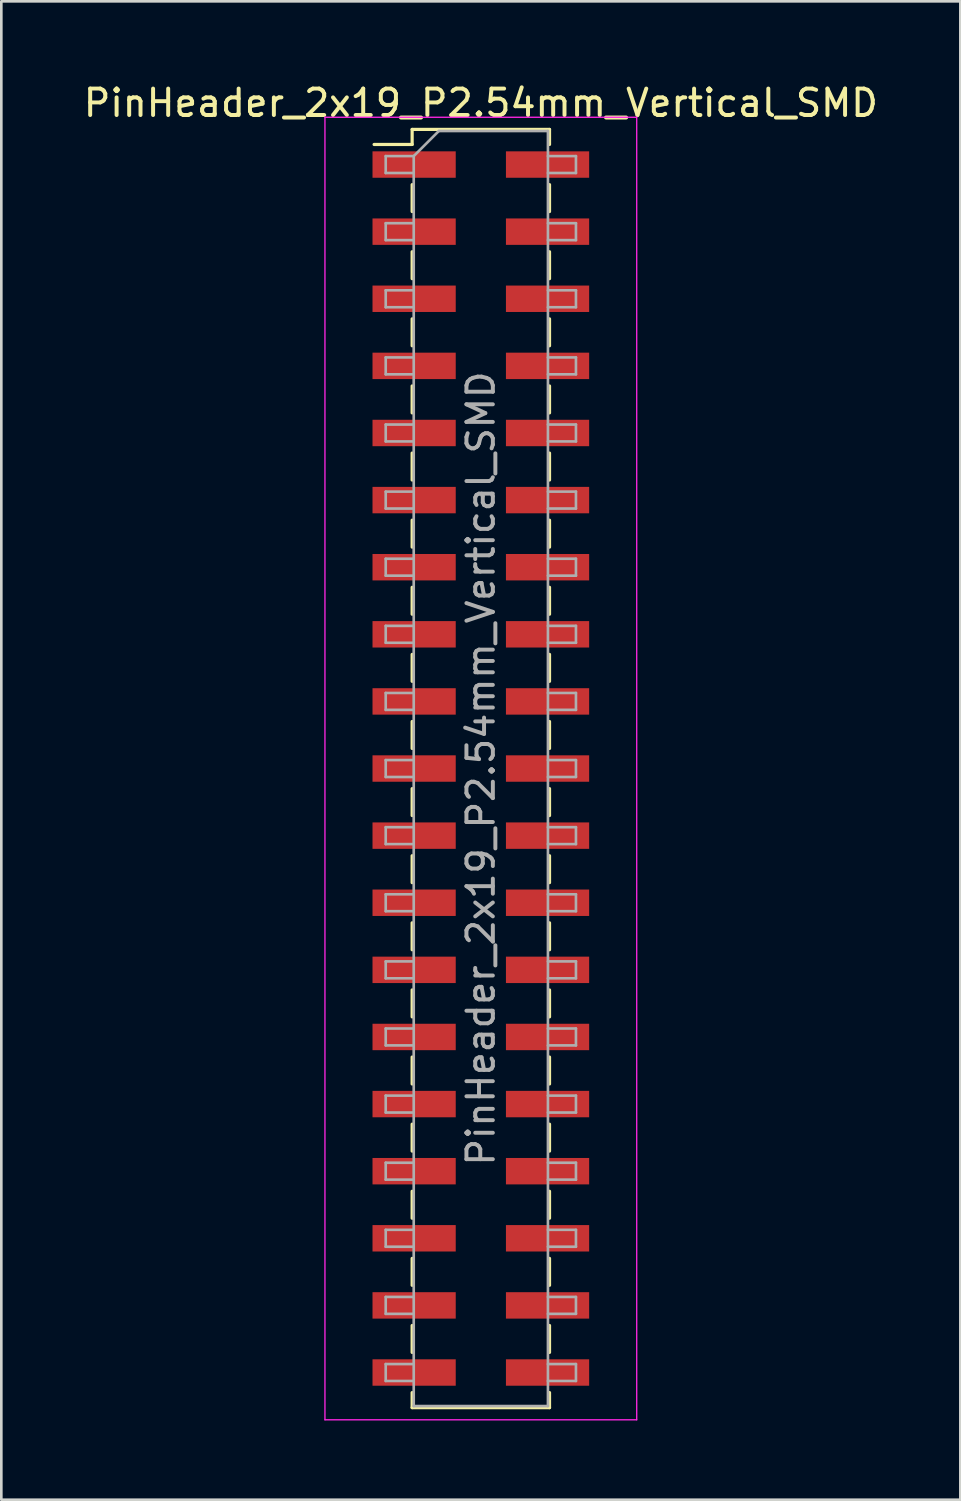
<source format=kicad_pcb>
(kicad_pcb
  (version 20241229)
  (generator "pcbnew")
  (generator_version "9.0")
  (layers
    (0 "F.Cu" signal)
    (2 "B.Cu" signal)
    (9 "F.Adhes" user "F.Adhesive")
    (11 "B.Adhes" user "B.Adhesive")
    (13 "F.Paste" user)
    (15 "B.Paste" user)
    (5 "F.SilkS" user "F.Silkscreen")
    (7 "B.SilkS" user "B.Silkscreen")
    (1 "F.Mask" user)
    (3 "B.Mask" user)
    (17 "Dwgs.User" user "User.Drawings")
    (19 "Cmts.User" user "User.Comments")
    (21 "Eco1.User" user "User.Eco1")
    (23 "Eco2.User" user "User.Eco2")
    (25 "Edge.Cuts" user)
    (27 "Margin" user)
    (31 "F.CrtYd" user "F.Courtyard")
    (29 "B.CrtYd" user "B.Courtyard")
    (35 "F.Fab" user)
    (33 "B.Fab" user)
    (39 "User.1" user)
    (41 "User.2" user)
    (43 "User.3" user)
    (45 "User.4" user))
  (footprint "PinHeader_2x19_P2.54mm_Vertical_SMD"
    (layer "F.Cu")
    (at 15.149 26.038)
    (property "Reference" "PinHeader_2x19_P2.54mm_Vertical_SMD" (at 0 -25.19 0) (layer "F.SilkS") (effects (font (size 1 1) (thickness 0.15))))
    (attr smd)
    (fp_line (start -4.04 -23.62) (end -2.6 -23.62) (stroke (width 0.12) (type solid)) (layer "F.SilkS"))
    (fp_line (start -2.6 -24.19) (end -2.6 -23.62) (stroke (width 0.12) (type solid)) (layer "F.SilkS"))
    (fp_line (start -2.6 -24.19) (end 2.6 -24.19) (stroke (width 0.12) (type solid)) (layer "F.SilkS"))
    (fp_line (start -2.6 -22.1) (end -2.6 -21.08) (stroke (width 0.12) (type solid)) (layer "F.SilkS"))
    (fp_line (start -2.6 -19.56) (end -2.6 -18.54) (stroke (width 0.12) (type solid)) (layer "F.SilkS"))
    (fp_line (start -2.6 -17.02) (end -2.6 -16) (stroke (width 0.12) (type solid)) (layer "F.SilkS"))
    (fp_line (start -2.6 -14.48) (end -2.6 -13.46) (stroke (width 0.12) (type solid)) (layer "F.SilkS"))
    (fp_line (start -2.6 -11.94) (end -2.6 -10.92) (stroke (width 0.12) (type solid)) (layer "F.SilkS"))
    (fp_line (start -2.6 -9.4) (end -2.6 -8.38) (stroke (width 0.12) (type solid)) (layer "F.SilkS"))
    (fp_line (start -2.6 -6.86) (end -2.6 -5.84) (stroke (width 0.12) (type solid)) (layer "F.SilkS"))
    (fp_line (start -2.6 -4.32) (end -2.6 -3.3) (stroke (width 0.12) (type solid)) (layer "F.SilkS"))
    (fp_line (start -2.6 -1.78) (end -2.6 -0.76) (stroke (width 0.12) (type solid)) (layer "F.SilkS"))
    (fp_line (start -2.6 0.76) (end -2.6 1.78) (stroke (width 0.12) (type solid)) (layer "F.SilkS"))
    (fp_line (start -2.6 3.3) (end -2.6 4.32) (stroke (width 0.12) (type solid)) (layer "F.SilkS"))
    (fp_line (start -2.6 5.84) (end -2.6 6.86) (stroke (width 0.12) (type solid)) (layer "F.SilkS"))
    (fp_line (start -2.6 8.38) (end -2.6 9.4) (stroke (width 0.12) (type solid)) (layer "F.SilkS"))
    (fp_line (start -2.6 10.92) (end -2.6 11.94) (stroke (width 0.12) (type solid)) (layer "F.SilkS"))
    (fp_line (start -2.6 13.46) (end -2.6 14.48) (stroke (width 0.12) (type solid)) (layer "F.SilkS"))
    (fp_line (start -2.6 16) (end -2.6 17.02) (stroke (width 0.12) (type solid)) (layer "F.SilkS"))
    (fp_line (start -2.6 18.54) (end -2.6 19.56) (stroke (width 0.12) (type solid)) (layer "F.SilkS"))
    (fp_line (start -2.6 21.08) (end -2.6 22.1) (stroke (width 0.12) (type solid)) (layer "F.SilkS"))
    (fp_line (start -2.6 23.62) (end -2.6 24.19) (stroke (width 0.12) (type solid)) (layer "F.SilkS"))
    (fp_line (start -2.6 24.19) (end 2.6 24.19) (stroke (width 0.12) (type solid)) (layer "F.SilkS"))
    (fp_line (start 2.6 -24.19) (end 2.6 -23.62) (stroke (width 0.12) (type solid)) (layer "F.SilkS"))
    (fp_line (start 2.6 -22.1) (end 2.6 -21.08) (stroke (width 0.12) (type solid)) (layer "F.SilkS"))
    (fp_line (start 2.6 -19.56) (end 2.6 -18.54) (stroke (width 0.12) (type solid)) (layer "F.SilkS"))
    (fp_line (start 2.6 -17.02) (end 2.6 -16) (stroke (width 0.12) (type solid)) (layer "F.SilkS"))
    (fp_line (start 2.6 -14.48) (end 2.6 -13.46) (stroke (width 0.12) (type solid)) (layer "F.SilkS"))
    (fp_line (start 2.6 -11.94) (end 2.6 -10.92) (stroke (width 0.12) (type solid)) (layer "F.SilkS"))
    (fp_line (start 2.6 -9.4) (end 2.6 -8.38) (stroke (width 0.12) (type solid)) (layer "F.SilkS"))
    (fp_line (start 2.6 -6.86) (end 2.6 -5.84) (stroke (width 0.12) (type solid)) (layer "F.SilkS"))
    (fp_line (start 2.6 -4.32) (end 2.6 -3.3) (stroke (width 0.12) (type solid)) (layer "F.SilkS"))
    (fp_line (start 2.6 -1.78) (end 2.6 -0.76) (stroke (width 0.12) (type solid)) (layer "F.SilkS"))
    (fp_line (start 2.6 0.76) (end 2.6 1.78) (stroke (width 0.12) (type solid)) (layer "F.SilkS"))
    (fp_line (start 2.6 3.3) (end 2.6 4.32) (stroke (width 0.12) (type solid)) (layer "F.SilkS"))
    (fp_line (start 2.6 5.84) (end 2.6 6.86) (stroke (width 0.12) (type solid)) (layer "F.SilkS"))
    (fp_line (start 2.6 8.38) (end 2.6 9.4) (stroke (width 0.12) (type solid)) (layer "F.SilkS"))
    (fp_line (start 2.6 10.92) (end 2.6 11.94) (stroke (width 0.12) (type solid)) (layer "F.SilkS"))
    (fp_line (start 2.6 13.46) (end 2.6 14.48) (stroke (width 0.12) (type solid)) (layer "F.SilkS"))
    (fp_line (start 2.6 16) (end 2.6 17.02) (stroke (width 0.12) (type solid)) (layer "F.SilkS"))
    (fp_line (start 2.6 18.54) (end 2.6 19.56) (stroke (width 0.12) (type solid)) (layer "F.SilkS"))
    (fp_line (start 2.6 21.08) (end 2.6 22.1) (stroke (width 0.12) (type solid)) (layer "F.SilkS"))
    (fp_line (start 2.6 23.62) (end 2.6 24.19) (stroke (width 0.12) (type solid)) (layer "F.SilkS"))
    (fp_line (start -5.9 -24.65) (end -5.9 24.65) (stroke (width 0.05) (type solid)) (layer "F.CrtYd"))
    (fp_line (start -5.9 24.65) (end 5.9 24.65) (stroke (width 0.05) (type solid)) (layer "F.CrtYd"))
    (fp_line (start 5.9 -24.65) (end -5.9 -24.65) (stroke (width 0.05) (type solid)) (layer "F.CrtYd"))
    (fp_line (start 5.9 24.65) (end 5.9 -24.65) (stroke (width 0.05) (type solid)) (layer "F.CrtYd"))
    (fp_line (start -3.6 -23.18) (end -3.6 -22.54) (stroke (width 0.1) (type solid)) (layer "F.Fab"))
    (fp_line (start -3.6 -22.54) (end -2.54 -22.54) (stroke (width 0.1) (type solid)) (layer "F.Fab"))
    (fp_line (start -3.6 -20.64) (end -3.6 -20) (stroke (width 0.1) (type solid)) (layer "F.Fab"))
    (fp_line (start -3.6 -20) (end -2.54 -20) (stroke (width 0.1) (type solid)) (layer "F.Fab"))
    (fp_line (start -3.6 -18.1) (end -3.6 -17.46) (stroke (width 0.1) (type solid)) (layer "F.Fab"))
    (fp_line (start -3.6 -17.46) (end -2.54 -17.46) (stroke (width 0.1) (type solid)) (layer "F.Fab"))
    (fp_line (start -3.6 -15.56) (end -3.6 -14.92) (stroke (width 0.1) (type solid)) (layer "F.Fab"))
    (fp_line (start -3.6 -14.92) (end -2.54 -14.92) (stroke (width 0.1) (type solid)) (layer "F.Fab"))
    (fp_line (start -3.6 -13.02) (end -3.6 -12.38) (stroke (width 0.1) (type solid)) (layer "F.Fab"))
    (fp_line (start -3.6 -12.38) (end -2.54 -12.38) (stroke (width 0.1) (type solid)) (layer "F.Fab"))
    (fp_line (start -3.6 -10.48) (end -3.6 -9.84) (stroke (width 0.1) (type solid)) (layer "F.Fab"))
    (fp_line (start -3.6 -9.84) (end -2.54 -9.84) (stroke (width 0.1) (type solid)) (layer "F.Fab"))
    (fp_line (start -3.6 -7.94) (end -3.6 -7.3) (stroke (width 0.1) (type solid)) (layer "F.Fab"))
    (fp_line (start -3.6 -7.3) (end -2.54 -7.3) (stroke (width 0.1) (type solid)) (layer "F.Fab"))
    (fp_line (start -3.6 -5.4) (end -3.6 -4.76) (stroke (width 0.1) (type solid)) (layer "F.Fab"))
    (fp_line (start -3.6 -4.76) (end -2.54 -4.76) (stroke (width 0.1) (type solid)) (layer "F.Fab"))
    (fp_line (start -3.6 -2.86) (end -3.6 -2.22) (stroke (width 0.1) (type solid)) (layer "F.Fab"))
    (fp_line (start -3.6 -2.22) (end -2.54 -2.22) (stroke (width 0.1) (type solid)) (layer "F.Fab"))
    (fp_line (start -3.6 -0.32) (end -3.6 0.32) (stroke (width 0.1) (type solid)) (layer "F.Fab"))
    (fp_line (start -3.6 0.32) (end -2.54 0.32) (stroke (width 0.1) (type solid)) (layer "F.Fab"))
    (fp_line (start -3.6 2.22) (end -3.6 2.86) (stroke (width 0.1) (type solid)) (layer "F.Fab"))
    (fp_line (start -3.6 2.86) (end -2.54 2.86) (stroke (width 0.1) (type solid)) (layer "F.Fab"))
    (fp_line (start -3.6 4.76) (end -3.6 5.4) (stroke (width 0.1) (type solid)) (layer "F.Fab"))
    (fp_line (start -3.6 5.4) (end -2.54 5.4) (stroke (width 0.1) (type solid)) (layer "F.Fab"))
    (fp_line (start -3.6 7.3) (end -3.6 7.94) (stroke (width 0.1) (type solid)) (layer "F.Fab"))
    (fp_line (start -3.6 7.94) (end -2.54 7.94) (stroke (width 0.1) (type solid)) (layer "F.Fab"))
    (fp_line (start -3.6 9.84) (end -3.6 10.48) (stroke (width 0.1) (type solid)) (layer "F.Fab"))
    (fp_line (start -3.6 10.48) (end -2.54 10.48) (stroke (width 0.1) (type solid)) (layer "F.Fab"))
    (fp_line (start -3.6 12.38) (end -3.6 13.02) (stroke (width 0.1) (type solid)) (layer "F.Fab"))
    (fp_line (start -3.6 13.02) (end -2.54 13.02) (stroke (width 0.1) (type solid)) (layer "F.Fab"))
    (fp_line (start -3.6 14.92) (end -3.6 15.56) (stroke (width 0.1) (type solid)) (layer "F.Fab"))
    (fp_line (start -3.6 15.56) (end -2.54 15.56) (stroke (width 0.1) (type solid)) (layer "F.Fab"))
    (fp_line (start -3.6 17.46) (end -3.6 18.1) (stroke (width 0.1) (type solid)) (layer "F.Fab"))
    (fp_line (start -3.6 18.1) (end -2.54 18.1) (stroke (width 0.1) (type solid)) (layer "F.Fab"))
    (fp_line (start -3.6 20) (end -3.6 20.64) (stroke (width 0.1) (type solid)) (layer "F.Fab"))
    (fp_line (start -3.6 20.64) (end -2.54 20.64) (stroke (width 0.1) (type solid)) (layer "F.Fab"))
    (fp_line (start -3.6 22.54) (end -3.6 23.18) (stroke (width 0.1) (type solid)) (layer "F.Fab"))
    (fp_line (start -3.6 23.18) (end -2.54 23.18) (stroke (width 0.1) (type solid)) (layer "F.Fab"))
    (fp_line (start -2.54 -23.18) (end -3.6 -23.18) (stroke (width 0.1) (type solid)) (layer "F.Fab"))
    (fp_line (start -2.54 -23.18) (end -1.59 -24.13) (stroke (width 0.1) (type solid)) (layer "F.Fab"))
    (fp_line (start -2.54 -20.64) (end -3.6 -20.64) (stroke (width 0.1) (type solid)) (layer "F.Fab"))
    (fp_line (start -2.54 -18.1) (end -3.6 -18.1) (stroke (width 0.1) (type solid)) (layer "F.Fab"))
    (fp_line (start -2.54 -15.56) (end -3.6 -15.56) (stroke (width 0.1) (type solid)) (layer "F.Fab"))
    (fp_line (start -2.54 -13.02) (end -3.6 -13.02) (stroke (width 0.1) (type solid)) (layer "F.Fab"))
    (fp_line (start -2.54 -10.48) (end -3.6 -10.48) (stroke (width 0.1) (type solid)) (layer "F.Fab"))
    (fp_line (start -2.54 -7.94) (end -3.6 -7.94) (stroke (width 0.1) (type solid)) (layer "F.Fab"))
    (fp_line (start -2.54 -5.4) (end -3.6 -5.4) (stroke (width 0.1) (type solid)) (layer "F.Fab"))
    (fp_line (start -2.54 -2.86) (end -3.6 -2.86) (stroke (width 0.1) (type solid)) (layer "F.Fab"))
    (fp_line (start -2.54 -0.32) (end -3.6 -0.32) (stroke (width 0.1) (type solid)) (layer "F.Fab"))
    (fp_line (start -2.54 2.22) (end -3.6 2.22) (stroke (width 0.1) (type solid)) (layer "F.Fab"))
    (fp_line (start -2.54 4.76) (end -3.6 4.76) (stroke (width 0.1) (type solid)) (layer "F.Fab"))
    (fp_line (start -2.54 7.3) (end -3.6 7.3) (stroke (width 0.1) (type solid)) (layer "F.Fab"))
    (fp_line (start -2.54 9.84) (end -3.6 9.84) (stroke (width 0.1) (type solid)) (layer "F.Fab"))
    (fp_line (start -2.54 12.38) (end -3.6 12.38) (stroke (width 0.1) (type solid)) (layer "F.Fab"))
    (fp_line (start -2.54 14.92) (end -3.6 14.92) (stroke (width 0.1) (type solid)) (layer "F.Fab"))
    (fp_line (start -2.54 17.46) (end -3.6 17.46) (stroke (width 0.1) (type solid)) (layer "F.Fab"))
    (fp_line (start -2.54 20) (end -3.6 20) (stroke (width 0.1) (type solid)) (layer "F.Fab"))
    (fp_line (start -2.54 22.54) (end -3.6 22.54) (stroke (width 0.1) (type solid)) (layer "F.Fab"))
    (fp_line (start -2.54 24.13) (end -2.54 -23.18) (stroke (width 0.1) (type solid)) (layer "F.Fab"))
    (fp_line (start -1.59 -24.13) (end 2.54 -24.13) (stroke (width 0.1) (type solid)) (layer "F.Fab"))
    (fp_line (start 2.54 -24.13) (end 2.54 24.13) (stroke (width 0.1) (type solid)) (layer "F.Fab"))
    (fp_line (start 2.54 -23.18) (end 3.6 -23.18) (stroke (width 0.1) (type solid)) (layer "F.Fab"))
    (fp_line (start 2.54 -20.64) (end 3.6 -20.64) (stroke (width 0.1) (type solid)) (layer "F.Fab"))
    (fp_line (start 2.54 -18.1) (end 3.6 -18.1) (stroke (width 0.1) (type solid)) (layer "F.Fab"))
    (fp_line (start 2.54 -15.56) (end 3.6 -15.56) (stroke (width 0.1) (type solid)) (layer "F.Fab"))
    (fp_line (start 2.54 -13.02) (end 3.6 -13.02) (stroke (width 0.1) (type solid)) (layer "F.Fab"))
    (fp_line (start 2.54 -10.48) (end 3.6 -10.48) (stroke (width 0.1) (type solid)) (layer "F.Fab"))
    (fp_line (start 2.54 -7.94) (end 3.6 -7.94) (stroke (width 0.1) (type solid)) (layer "F.Fab"))
    (fp_line (start 2.54 -5.4) (end 3.6 -5.4) (stroke (width 0.1) (type solid)) (layer "F.Fab"))
    (fp_line (start 2.54 -2.86) (end 3.6 -2.86) (stroke (width 0.1) (type solid)) (layer "F.Fab"))
    (fp_line (start 2.54 -0.32) (end 3.6 -0.32) (stroke (width 0.1) (type solid)) (layer "F.Fab"))
    (fp_line (start 2.54 2.22) (end 3.6 2.22) (stroke (width 0.1) (type solid)) (layer "F.Fab"))
    (fp_line (start 2.54 4.76) (end 3.6 4.76) (stroke (width 0.1) (type solid)) (layer "F.Fab"))
    (fp_line (start 2.54 7.3) (end 3.6 7.3) (stroke (width 0.1) (type solid)) (layer "F.Fab"))
    (fp_line (start 2.54 9.84) (end 3.6 9.84) (stroke (width 0.1) (type solid)) (layer "F.Fab"))
    (fp_line (start 2.54 12.38) (end 3.6 12.38) (stroke (width 0.1) (type solid)) (layer "F.Fab"))
    (fp_line (start 2.54 14.92) (end 3.6 14.92) (stroke (width 0.1) (type solid)) (layer "F.Fab"))
    (fp_line (start 2.54 17.46) (end 3.6 17.46) (stroke (width 0.1) (type solid)) (layer "F.Fab"))
    (fp_line (start 2.54 20) (end 3.6 20) (stroke (width 0.1) (type solid)) (layer "F.Fab"))
    (fp_line (start 2.54 22.54) (end 3.6 22.54) (stroke (width 0.1) (type solid)) (layer "F.Fab"))
    (fp_line (start 2.54 24.13) (end -2.54 24.13) (stroke (width 0.1) (type solid)) (layer "F.Fab"))
    (fp_line (start 3.6 -23.18) (end 3.6 -22.54) (stroke (width 0.1) (type solid)) (layer "F.Fab"))
    (fp_line (start 3.6 -22.54) (end 2.54 -22.54) (stroke (width 0.1) (type solid)) (layer "F.Fab"))
    (fp_line (start 3.6 -20.64) (end 3.6 -20) (stroke (width 0.1) (type solid)) (layer "F.Fab"))
    (fp_line (start 3.6 -20) (end 2.54 -20) (stroke (width 0.1) (type solid)) (layer "F.Fab"))
    (fp_line (start 3.6 -18.1) (end 3.6 -17.46) (stroke (width 0.1) (type solid)) (layer "F.Fab"))
    (fp_line (start 3.6 -17.46) (end 2.54 -17.46) (stroke (width 0.1) (type solid)) (layer "F.Fab"))
    (fp_line (start 3.6 -15.56) (end 3.6 -14.92) (stroke (width 0.1) (type solid)) (layer "F.Fab"))
    (fp_line (start 3.6 -14.92) (end 2.54 -14.92) (stroke (width 0.1) (type solid)) (layer "F.Fab"))
    (fp_line (start 3.6 -13.02) (end 3.6 -12.38) (stroke (width 0.1) (type solid)) (layer "F.Fab"))
    (fp_line (start 3.6 -12.38) (end 2.54 -12.38) (stroke (width 0.1) (type solid)) (layer "F.Fab"))
    (fp_line (start 3.6 -10.48) (end 3.6 -9.84) (stroke (width 0.1) (type solid)) (layer "F.Fab"))
    (fp_line (start 3.6 -9.84) (end 2.54 -9.84) (stroke (width 0.1) (type solid)) (layer "F.Fab"))
    (fp_line (start 3.6 -7.94) (end 3.6 -7.3) (stroke (width 0.1) (type solid)) (layer "F.Fab"))
    (fp_line (start 3.6 -7.3) (end 2.54 -7.3) (stroke (width 0.1) (type solid)) (layer "F.Fab"))
    (fp_line (start 3.6 -5.4) (end 3.6 -4.76) (stroke (width 0.1) (type solid)) (layer "F.Fab"))
    (fp_line (start 3.6 -4.76) (end 2.54 -4.76) (stroke (width 0.1) (type solid)) (layer "F.Fab"))
    (fp_line (start 3.6 -2.86) (end 3.6 -2.22) (stroke (width 0.1) (type solid)) (layer "F.Fab"))
    (fp_line (start 3.6 -2.22) (end 2.54 -2.22) (stroke (width 0.1) (type solid)) (layer "F.Fab"))
    (fp_line (start 3.6 -0.32) (end 3.6 0.32) (stroke (width 0.1) (type solid)) (layer "F.Fab"))
    (fp_line (start 3.6 0.32) (end 2.54 0.32) (stroke (width 0.1) (type solid)) (layer "F.Fab"))
    (fp_line (start 3.6 2.22) (end 3.6 2.86) (stroke (width 0.1) (type solid)) (layer "F.Fab"))
    (fp_line (start 3.6 2.86) (end 2.54 2.86) (stroke (width 0.1) (type solid)) (layer "F.Fab"))
    (fp_line (start 3.6 4.76) (end 3.6 5.4) (stroke (width 0.1) (type solid)) (layer "F.Fab"))
    (fp_line (start 3.6 5.4) (end 2.54 5.4) (stroke (width 0.1) (type solid)) (layer "F.Fab"))
    (fp_line (start 3.6 7.3) (end 3.6 7.94) (stroke (width 0.1) (type solid)) (layer "F.Fab"))
    (fp_line (start 3.6 7.94) (end 2.54 7.94) (stroke (width 0.1) (type solid)) (layer "F.Fab"))
    (fp_line (start 3.6 9.84) (end 3.6 10.48) (stroke (width 0.1) (type solid)) (layer "F.Fab"))
    (fp_line (start 3.6 10.48) (end 2.54 10.48) (stroke (width 0.1) (type solid)) (layer "F.Fab"))
    (fp_line (start 3.6 12.38) (end 3.6 13.02) (stroke (width 0.1) (type solid)) (layer "F.Fab"))
    (fp_line (start 3.6 13.02) (end 2.54 13.02) (stroke (width 0.1) (type solid)) (layer "F.Fab"))
    (fp_line (start 3.6 14.92) (end 3.6 15.56) (stroke (width 0.1) (type solid)) (layer "F.Fab"))
    (fp_line (start 3.6 15.56) (end 2.54 15.56) (stroke (width 0.1) (type solid)) (layer "F.Fab"))
    (fp_line (start 3.6 17.46) (end 3.6 18.1) (stroke (width 0.1) (type solid)) (layer "F.Fab"))
    (fp_line (start 3.6 18.1) (end 2.54 18.1) (stroke (width 0.1) (type solid)) (layer "F.Fab"))
    (fp_line (start 3.6 20) (end 3.6 20.64) (stroke (width 0.1) (type solid)) (layer "F.Fab"))
    (fp_line (start 3.6 20.64) (end 2.54 20.64) (stroke (width 0.1) (type solid)) (layer "F.Fab"))
    (fp_line (start 3.6 22.54) (end 3.6 23.18) (stroke (width 0.1) (type solid)) (layer "F.Fab"))
    (fp_line (start 3.6 23.18) (end 2.54 23.18) (stroke (width 0.1) (type solid)) (layer "F.Fab"))
    (fp_text user "${REFERENCE}" (at 0 0 90) (layer "F.Fab") (effects (font (size 1 1) (thickness 0.15))))
    (pad "1" smd rect (at -2.525 -22.86) (size 3.15 1) (layers "F.Cu" "F.Mask" "F.Paste"))
    (pad "2" smd rect (at 2.525 -22.86) (size 3.15 1) (layers "F.Cu" "F.Mask" "F.Paste"))
    (pad "3" smd rect (at -2.525 -20.32) (size 3.15 1) (layers "F.Cu" "F.Mask" "F.Paste"))
    (pad "4" smd rect (at 2.525 -20.32) (size 3.15 1) (layers "F.Cu" "F.Mask" "F.Paste"))
    (pad "5" smd rect (at -2.525 -17.78) (size 3.15 1) (layers "F.Cu" "F.Mask" "F.Paste"))
    (pad "6" smd rect (at 2.525 -17.78) (size 3.15 1) (layers "F.Cu" "F.Mask" "F.Paste"))
    (pad "7" smd rect (at -2.525 -15.24) (size 3.15 1) (layers "F.Cu" "F.Mask" "F.Paste"))
    (pad "8" smd rect (at 2.525 -15.24) (size 3.15 1) (layers "F.Cu" "F.Mask" "F.Paste"))
    (pad "9" smd rect (at -2.525 -12.7) (size 3.15 1) (layers "F.Cu" "F.Mask" "F.Paste"))
    (pad "10" smd rect (at 2.525 -12.7) (size 3.15 1) (layers "F.Cu" "F.Mask" "F.Paste"))
    (pad "11" smd rect (at -2.525 -10.16) (size 3.15 1) (layers "F.Cu" "F.Mask" "F.Paste"))
    (pad "12" smd rect (at 2.525 -10.16) (size 3.15 1) (layers "F.Cu" "F.Mask" "F.Paste"))
    (pad "13" smd rect (at -2.525 -7.62) (size 3.15 1) (layers "F.Cu" "F.Mask" "F.Paste"))
    (pad "14" smd rect (at 2.525 -7.62) (size 3.15 1) (layers "F.Cu" "F.Mask" "F.Paste"))
    (pad "15" smd rect (at -2.525 -5.08) (size 3.15 1) (layers "F.Cu" "F.Mask" "F.Paste"))
    (pad "16" smd rect (at 2.525 -5.08) (size 3.15 1) (layers "F.Cu" "F.Mask" "F.Paste"))
    (pad "17" smd rect (at -2.525 -2.54) (size 3.15 1) (layers "F.Cu" "F.Mask" "F.Paste"))
    (pad "18" smd rect (at 2.525 -2.54) (size 3.15 1) (layers "F.Cu" "F.Mask" "F.Paste"))
    (pad "19" smd rect (at -2.525 0) (size 3.15 1) (layers "F.Cu" "F.Mask" "F.Paste"))
    (pad "20" smd rect (at 2.525 0) (size 3.15 1) (layers "F.Cu" "F.Mask" "F.Paste"))
    (pad "21" smd rect (at -2.525 2.54) (size 3.15 1) (layers "F.Cu" "F.Mask" "F.Paste"))
    (pad "22" smd rect (at 2.525 2.54) (size 3.15 1) (layers "F.Cu" "F.Mask" "F.Paste"))
    (pad "23" smd rect (at -2.525 5.08) (size 3.15 1) (layers "F.Cu" "F.Mask" "F.Paste"))
    (pad "24" smd rect (at 2.525 5.08) (size 3.15 1) (layers "F.Cu" "F.Mask" "F.Paste"))
    (pad "25" smd rect (at -2.525 7.62) (size 3.15 1) (layers "F.Cu" "F.Mask" "F.Paste"))
    (pad "26" smd rect (at 2.525 7.62) (size 3.15 1) (layers "F.Cu" "F.Mask" "F.Paste"))
    (pad "27" smd rect (at -2.525 10.16) (size 3.15 1) (layers "F.Cu" "F.Mask" "F.Paste"))
    (pad "28" smd rect (at 2.525 10.16) (size 3.15 1) (layers "F.Cu" "F.Mask" "F.Paste"))
    (pad "29" smd rect (at -2.525 12.7) (size 3.15 1) (layers "F.Cu" "F.Mask" "F.Paste"))
    (pad "30" smd rect (at 2.525 12.7) (size 3.15 1) (layers "F.Cu" "F.Mask" "F.Paste"))
    (pad "31" smd rect (at -2.525 15.24) (size 3.15 1) (layers "F.Cu" "F.Mask" "F.Paste"))
    (pad "32" smd rect (at 2.525 15.24) (size 3.15 1) (layers "F.Cu" "F.Mask" "F.Paste"))
    (pad "33" smd rect (at -2.525 17.78) (size 3.15 1) (layers "F.Cu" "F.Mask" "F.Paste"))
    (pad "34" smd rect (at 2.525 17.78) (size 3.15 1) (layers "F.Cu" "F.Mask" "F.Paste"))
    (pad "35" smd rect (at -2.525 20.32) (size 3.15 1) (layers "F.Cu" "F.Mask" "F.Paste"))
    (pad "36" smd rect (at 2.525 20.32) (size 3.15 1) (layers "F.Cu" "F.Mask" "F.Paste"))
    (pad "37" smd rect (at -2.525 22.86) (size 3.15 1) (layers "F.Cu" "F.Mask" "F.Paste"))
    (pad "38" smd rect (at 2.525 22.86) (size 3.15 1) (layers "F.Cu" "F.Mask" "F.Paste")))
  (gr_rect
    (start -3 -3)
    (end 33.298 53.713)
    (stroke (width 0.1) (type default))
    (fill no)
    (layer "Edge.Cuts")))
</source>
